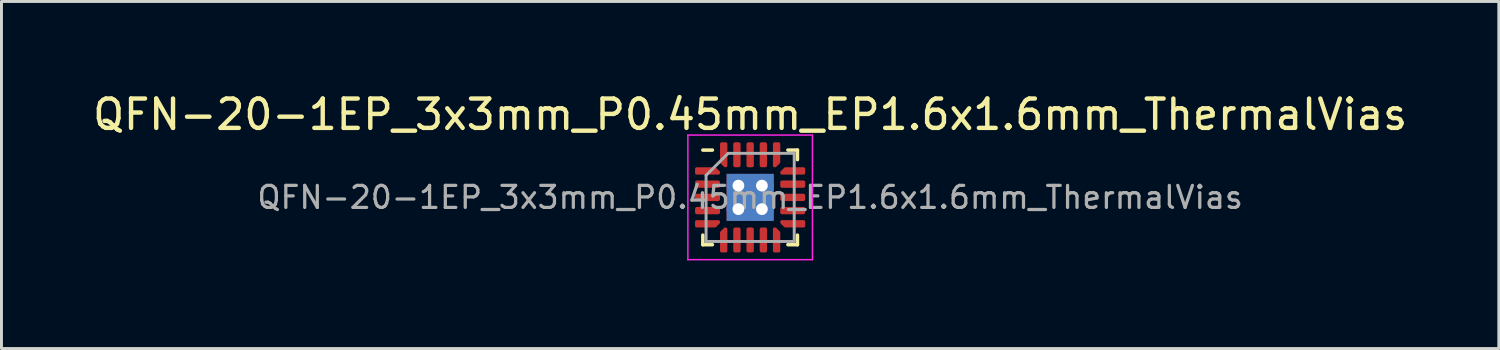
<source format=kicad_pcb>
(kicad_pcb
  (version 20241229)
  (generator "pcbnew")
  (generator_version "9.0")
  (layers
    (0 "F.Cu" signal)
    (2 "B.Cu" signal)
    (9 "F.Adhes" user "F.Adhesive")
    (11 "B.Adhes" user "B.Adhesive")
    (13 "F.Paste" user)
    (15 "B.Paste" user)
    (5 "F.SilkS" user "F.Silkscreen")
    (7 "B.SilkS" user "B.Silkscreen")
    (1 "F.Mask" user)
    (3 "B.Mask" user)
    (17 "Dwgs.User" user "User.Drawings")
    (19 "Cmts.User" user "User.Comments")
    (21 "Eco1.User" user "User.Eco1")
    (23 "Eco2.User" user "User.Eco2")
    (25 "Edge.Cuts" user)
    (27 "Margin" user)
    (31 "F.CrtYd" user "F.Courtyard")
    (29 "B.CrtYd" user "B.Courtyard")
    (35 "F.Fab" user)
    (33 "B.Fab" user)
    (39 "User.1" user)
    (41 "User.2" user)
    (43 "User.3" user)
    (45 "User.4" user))
  (footprint "QFN-20-1EP_3x3mm_P0.45mm_EP1.6x1.6mm_ThermalVias"
    (layer "F.Cu")
    (at 22.482 3.668)
    (property "Reference" "QFN-20-1EP_3x3mm_P0.45mm_EP1.6x1.6mm_ThermalVias" (at 0 -2.82 0) (layer "F.SilkS") (effects (font (size 1 1) (thickness 0.15))))
    (attr smd)
    (fp_line (start -1.61 1.61) (end -1.61 1.285) (stroke (width 0.12) (type solid)) (layer "F.SilkS"))
    (fp_line (start -1.285 -1.61) (end -1.61 -1.61) (stroke (width 0.12) (type solid)) (layer "F.SilkS"))
    (fp_line (start -1.285 1.61) (end -1.61 1.61) (stroke (width 0.12) (type solid)) (layer "F.SilkS"))
    (fp_line (start 1.285 -1.61) (end 1.61 -1.61) (stroke (width 0.12) (type solid)) (layer "F.SilkS"))
    (fp_line (start 1.285 1.61) (end 1.61 1.61) (stroke (width 0.12) (type solid)) (layer "F.SilkS"))
    (fp_line (start 1.61 -1.61) (end 1.61 -1.285) (stroke (width 0.12) (type solid)) (layer "F.SilkS"))
    (fp_line (start 1.61 1.61) (end 1.61 1.285) (stroke (width 0.12) (type solid)) (layer "F.SilkS"))
    (fp_line (start -2.12 -2.12) (end -2.12 2.12) (stroke (width 0.05) (type solid)) (layer "F.CrtYd"))
    (fp_line (start -2.12 2.12) (end 2.12 2.12) (stroke (width 0.05) (type solid)) (layer "F.CrtYd"))
    (fp_line (start 2.12 -2.12) (end -2.12 -2.12) (stroke (width 0.05) (type solid)) (layer "F.CrtYd"))
    (fp_line (start 2.12 2.12) (end 2.12 -2.12) (stroke (width 0.05) (type solid)) (layer "F.CrtYd"))
    (fp_line (start -1.5 -0.75) (end -0.75 -1.5) (stroke (width 0.1) (type solid)) (layer "F.Fab"))
    (fp_line (start -1.5 1.5) (end -1.5 -0.75) (stroke (width 0.1) (type solid)) (layer "F.Fab"))
    (fp_line (start -0.75 -1.5) (end 1.5 -1.5) (stroke (width 0.1) (type solid)) (layer "F.Fab"))
    (fp_line (start 1.5 -1.5) (end 1.5 1.5) (stroke (width 0.1) (type solid)) (layer "F.Fab"))
    (fp_line (start 1.5 1.5) (end -1.5 1.5) (stroke (width 0.1) (type solid)) (layer "F.Fab"))
    (fp_text user "${REFERENCE}" (at 0 0 0) (layer "F.Fab") (effects (font (size 0.75 0.75) (thickness 0.11))))
    (pad "" smd roundrect (at -0.4 -0.4) (size 0.69 0.69) (layers "F.Paste") (roundrect_rratio 0.25))
    (pad "" smd roundrect (at -0.4 0.4) (size 0.69 0.69) (layers "F.Paste") (roundrect_rratio 0.25))
    (pad "" smd roundrect (at 0.4 -0.4) (size 0.69 0.69) (layers "F.Paste") (roundrect_rratio 0.25))
    (pad "" smd roundrect (at 0.4 0.4) (size 0.69 0.69) (layers "F.Paste") (roundrect_rratio 0.25))
    (pad "1" smd custom (at -1.45 -0.9) (size 0.144 0.144) (layers "F.Cu" "F.Mask" "F.Paste") (options (anchor circle)) (primitives (gr_poly (pts (xy 0.375 0.046) (xy 0.375 0.075) (xy -0.375 0.075) (xy -0.375 -0.075) (xy 0.254 -0.075)) (width 0.1) (fill yes))))
    (pad "2" smd roundrect (at -1.45 -0.45) (size 0.85 0.25) (layers "F.Cu" "F.Mask" "F.Paste") (roundrect_rratio 0.25))
    (pad "3" smd roundrect (at -1.45 0) (size 0.85 0.25) (layers "F.Cu" "F.Mask" "F.Paste") (roundrect_rratio 0.25))
    (pad "4" smd roundrect (at -1.45 0.45) (size 0.85 0.25) (layers "F.Cu" "F.Mask" "F.Paste") (roundrect_rratio 0.25))
    (pad "5" smd custom (at -1.45 0.9) (size 0.144 0.144) (layers "F.Cu" "F.Mask" "F.Paste") (options (anchor circle)) (primitives (gr_poly (pts (xy 0.375 -0.046) (xy 0.254 0.075) (xy -0.375 0.075) (xy -0.375 -0.075) (xy 0.375 -0.075)) (width 0.1) (fill yes))))
    (pad "6" smd custom (at -0.9 1.45) (size 0.144 0.144) (layers "F.Cu" "F.Mask" "F.Paste") (options (anchor circle)) (primitives (gr_poly (pts (xy 0.075 0.375) (xy -0.075 0.375) (xy -0.075 -0.254) (xy 0.046 -0.375) (xy 0.075 -0.375)) (width 0.1) (fill yes))))
    (pad "7" smd roundrect (at -0.45 1.45) (size 0.25 0.85) (layers "F.Cu" "F.Mask" "F.Paste") (roundrect_rratio 0.25))
    (pad "8" smd roundrect (at 0 1.45) (size 0.25 0.85) (layers "F.Cu" "F.Mask" "F.Paste") (roundrect_rratio 0.25))
    (pad "9" smd roundrect (at 0.45 1.45) (size 0.25 0.85) (layers "F.Cu" "F.Mask" "F.Paste") (roundrect_rratio 0.25))
    (pad "10" smd custom (at 0.9 1.45) (size 0.144 0.144) (layers "F.Cu" "F.Mask" "F.Paste") (options (anchor circle)) (primitives (gr_poly (pts (xy 0.075 -0.254) (xy 0.075 0.375) (xy -0.075 0.375) (xy -0.075 -0.375) (xy -0.046 -0.375)) (width 0.1) (fill yes))))
    (pad "11" smd custom (at 1.45 0.9) (size 0.144 0.144) (layers "F.Cu" "F.Mask" "F.Paste") (options (anchor circle)) (primitives (gr_poly (pts (xy 0.375 0.075) (xy -0.254 0.075) (xy -0.375 -0.046) (xy -0.375 -0.075) (xy 0.375 -0.075)) (width 0.1) (fill yes))))
    (pad "12" smd roundrect (at 1.45 0.45) (size 0.85 0.25) (layers "F.Cu" "F.Mask" "F.Paste") (roundrect_rratio 0.25))
    (pad "13" smd roundrect (at 1.45 0) (size 0.85 0.25) (layers "F.Cu" "F.Mask" "F.Paste") (roundrect_rratio 0.25))
    (pad "14" smd roundrect (at 1.45 -0.45) (size 0.85 0.25) (layers "F.Cu" "F.Mask" "F.Paste") (roundrect_rratio 0.25))
    (pad "15" smd custom (at 1.45 -0.9) (size 0.144 0.144) (layers "F.Cu" "F.Mask" "F.Paste") (options (anchor circle)) (primitives (gr_poly (pts (xy 0.375 0.075) (xy -0.375 0.075) (xy -0.375 0.046) (xy -0.254 -0.075) (xy 0.375 -0.075)) (width 0.1) (fill yes))))
    (pad "16" smd custom (at 0.9 -1.45) (size 0.144 0.144) (layers "F.Cu" "F.Mask" "F.Paste") (options (anchor circle)) (primitives (gr_poly (pts (xy 0.075 0.254) (xy -0.046 0.375) (xy -0.075 0.375) (xy -0.075 -0.375) (xy 0.075 -0.375)) (width 0.1) (fill yes))))
    (pad "17" smd roundrect (at 0.45 -1.45) (size 0.25 0.85) (layers "F.Cu" "F.Mask" "F.Paste") (roundrect_rratio 0.25))
    (pad "18" smd roundrect (at 0 -1.45) (size 0.25 0.85) (layers "F.Cu" "F.Mask" "F.Paste") (roundrect_rratio 0.25))
    (pad "19" smd roundrect (at -0.45 -1.45) (size 0.25 0.85) (layers "F.Cu" "F.Mask" "F.Paste") (roundrect_rratio 0.25))
    (pad "20" smd custom (at -0.9 -1.45) (size 0.144 0.144) (layers "F.Cu" "F.Mask" "F.Paste") (options (anchor circle)) (primitives (gr_poly (pts (xy 0.075 0.375) (xy 0.046 0.375) (xy -0.075 0.254) (xy -0.075 -0.375) (xy 0.075 -0.375)) (width 0.1) (fill yes))))
    (pad "21" thru_hole circle (at -0.4 -0.4) (size 0.8 0.8) (drill 0.4) (layers "*.Cu"))
    (pad "21" thru_hole circle (at -0.4 0.4) (size 0.8 0.8) (drill 0.4) (layers "*.Cu"))
    (pad "21" smd rect (at 0 0) (size 1.6 1.6) (layers "F.Cu" "F.Mask"))
    (pad "21" smd rect (at 0 0) (size 1.6 1.6) (layers "B.Cu"))
    (pad "21" thru_hole circle (at 0.4 -0.4) (size 0.8 0.8) (drill 0.4) (layers "*.Cu"))
    (pad "21" thru_hole circle (at 0.4 0.4) (size 0.8 0.8) (drill 0.4) (layers "*.Cu")))
  (gr_rect
    (start -3 -3)
    (end 47.964 8.813)
    (stroke (width 0.1) (type default))
    (fill no)
    (layer "Edge.Cuts")))
</source>
